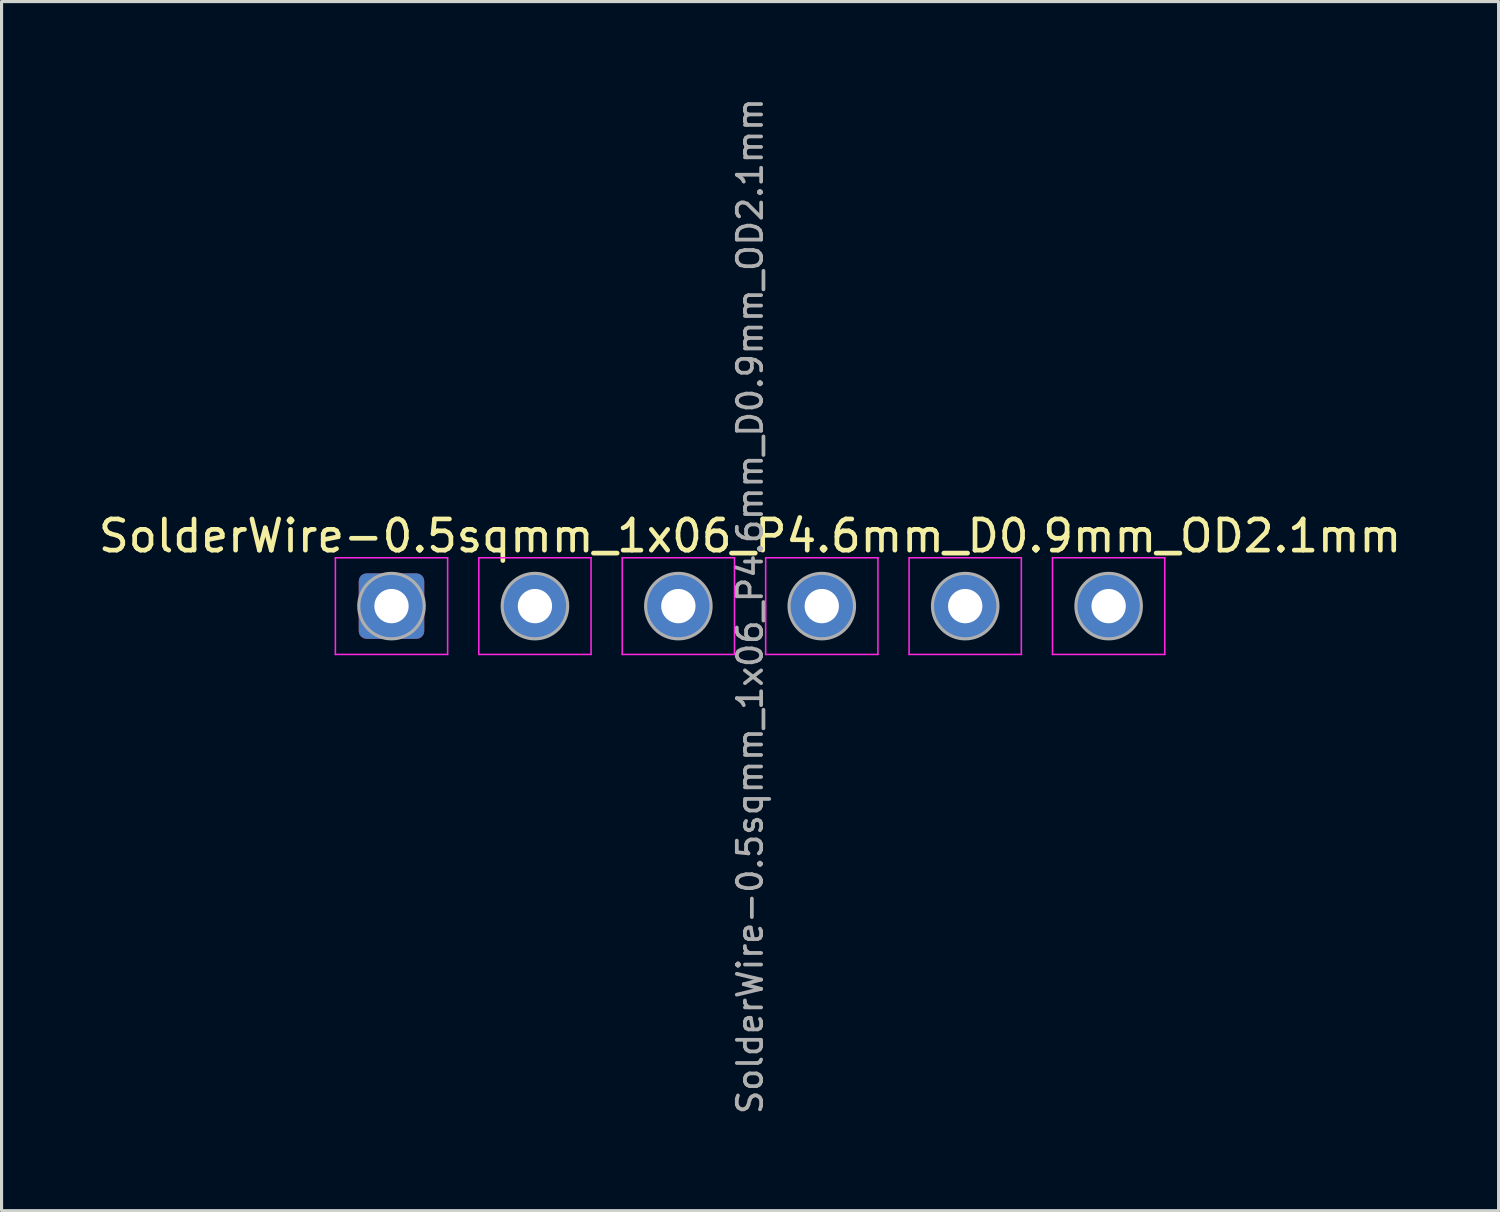
<source format=kicad_pcb>
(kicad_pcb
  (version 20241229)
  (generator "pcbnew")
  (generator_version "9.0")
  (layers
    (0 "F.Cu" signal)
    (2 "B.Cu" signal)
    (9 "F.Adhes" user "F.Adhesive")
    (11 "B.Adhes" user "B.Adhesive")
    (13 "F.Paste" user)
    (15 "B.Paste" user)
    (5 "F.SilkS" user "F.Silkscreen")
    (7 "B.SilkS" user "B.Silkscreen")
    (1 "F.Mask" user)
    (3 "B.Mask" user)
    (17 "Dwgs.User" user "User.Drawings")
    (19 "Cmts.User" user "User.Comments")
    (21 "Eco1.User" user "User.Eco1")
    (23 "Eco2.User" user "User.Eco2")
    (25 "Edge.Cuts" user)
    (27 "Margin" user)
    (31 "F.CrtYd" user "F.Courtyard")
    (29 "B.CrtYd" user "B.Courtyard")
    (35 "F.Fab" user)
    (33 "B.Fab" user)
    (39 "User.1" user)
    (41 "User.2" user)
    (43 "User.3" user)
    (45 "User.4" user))
  (footprint "SolderWire-0.5sqmm_1x06_P4.6mm_D0.9mm_OD2.1mm"
    (layer "F.Cu")
    (at 9.506 16.389)
    (property "Reference" "SolderWire-0.5sqmm_1x06_P4.6mm_D0.9mm_OD2.1mm" (at 11.5 -2.25 0) (layer "F.SilkS") (effects (font (size 1 1) (thickness 0.15))))
    (attr exclude_from_pos_files exclude_from_bom)
    (fp_line (start -1.8 -1.55) (end -1.8 1.55) (stroke (width 0.05) (type solid)) (layer "F.CrtYd"))
    (fp_line (start -1.8 1.55) (end 1.8 1.55) (stroke (width 0.05) (type solid)) (layer "F.CrtYd"))
    (fp_line (start 1.8 -1.55) (end -1.8 -1.55) (stroke (width 0.05) (type solid)) (layer "F.CrtYd"))
    (fp_line (start 1.8 1.55) (end 1.8 -1.55) (stroke (width 0.05) (type solid)) (layer "F.CrtYd"))
    (fp_line (start 2.8 -1.55) (end 2.8 1.55) (stroke (width 0.05) (type solid)) (layer "F.CrtYd"))
    (fp_line (start 2.8 1.55) (end 6.4 1.55) (stroke (width 0.05) (type solid)) (layer "F.CrtYd"))
    (fp_line (start 6.4 -1.55) (end 2.8 -1.55) (stroke (width 0.05) (type solid)) (layer "F.CrtYd"))
    (fp_line (start 6.4 1.55) (end 6.4 -1.55) (stroke (width 0.05) (type solid)) (layer "F.CrtYd"))
    (fp_line (start 7.4 -1.55) (end 7.4 1.55) (stroke (width 0.05) (type solid)) (layer "F.CrtYd"))
    (fp_line (start 7.4 1.55) (end 11 1.55) (stroke (width 0.05) (type solid)) (layer "F.CrtYd"))
    (fp_line (start 11 -1.55) (end 7.4 -1.55) (stroke (width 0.05) (type solid)) (layer "F.CrtYd"))
    (fp_line (start 11 1.55) (end 11 -1.55) (stroke (width 0.05) (type solid)) (layer "F.CrtYd"))
    (fp_line (start 12 -1.55) (end 12 1.55) (stroke (width 0.05) (type solid)) (layer "F.CrtYd"))
    (fp_line (start 12 1.55) (end 15.6 1.55) (stroke (width 0.05) (type solid)) (layer "F.CrtYd"))
    (fp_line (start 15.6 -1.55) (end 12 -1.55) (stroke (width 0.05) (type solid)) (layer "F.CrtYd"))
    (fp_line (start 15.6 1.55) (end 15.6 -1.55) (stroke (width 0.05) (type solid)) (layer "F.CrtYd"))
    (fp_line (start 16.6 -1.55) (end 16.6 1.55) (stroke (width 0.05) (type solid)) (layer "F.CrtYd"))
    (fp_line (start 16.6 1.55) (end 20.2 1.55) (stroke (width 0.05) (type solid)) (layer "F.CrtYd"))
    (fp_line (start 20.2 -1.55) (end 16.6 -1.55) (stroke (width 0.05) (type solid)) (layer "F.CrtYd"))
    (fp_line (start 20.2 1.55) (end 20.2 -1.55) (stroke (width 0.05) (type solid)) (layer "F.CrtYd"))
    (fp_line (start 21.2 -1.55) (end 21.2 1.55) (stroke (width 0.05) (type solid)) (layer "F.CrtYd"))
    (fp_line (start 21.2 1.55) (end 24.8 1.55) (stroke (width 0.05) (type solid)) (layer "F.CrtYd"))
    (fp_line (start 24.8 -1.55) (end 21.2 -1.55) (stroke (width 0.05) (type solid)) (layer "F.CrtYd"))
    (fp_line (start 24.8 1.55) (end 24.8 -1.55) (stroke (width 0.05) (type solid)) (layer "F.CrtYd"))
    (fp_circle (center 0 0) (end 1.05 0) (stroke (width 0.1) (type solid)) (fill no) (layer "F.Fab"))
    (fp_circle (center 4.6 0) (end 5.65 0) (stroke (width 0.1) (type solid)) (fill no) (layer "F.Fab"))
    (fp_circle (center 9.2 0) (end 10.25 0) (stroke (width 0.1) (type solid)) (fill no) (layer "F.Fab"))
    (fp_circle (center 13.8 0) (end 14.85 0) (stroke (width 0.1) (type solid)) (fill no) (layer "F.Fab"))
    (fp_circle (center 18.4 0) (end 19.45 0) (stroke (width 0.1) (type solid)) (fill no) (layer "F.Fab"))
    (fp_circle (center 23 0) (end 24.05 0) (stroke (width 0.1) (type solid)) (fill no) (layer "F.Fab"))
    (fp_text user "${REFERENCE}" (at 11.5 0 90) (layer "F.Fab") (effects (font (size 0.78 0.78) (thickness 0.12))))
    (pad "1" thru_hole roundrect (at 0 0) (size 2.1 2.1) (drill 1.1) (layers "*.Cu" "*.Mask") (roundrect_rratio 0.119))
    (pad "2" thru_hole circle (at 4.6 0) (size 2.1 2.1) (drill 1.1) (layers "*.Cu" "*.Mask"))
    (pad "3" thru_hole circle (at 9.2 0) (size 2.1 2.1) (drill 1.1) (layers "*.Cu" "*.Mask"))
    (pad "4" thru_hole circle (at 13.8 0) (size 2.1 2.1) (drill 1.1) (layers "*.Cu" "*.Mask"))
    (pad "5" thru_hole circle (at 18.4 0) (size 2.1 2.1) (drill 1.1) (layers "*.Cu" "*.Mask"))
    (pad "6" thru_hole circle (at 23 0) (size 2.1 2.1) (drill 1.1) (layers "*.Cu" "*.Mask")))
  (gr_rect
    (start -3 -3)
    (end 45.012 35.778)
    (stroke (width 0.1) (type default))
    (fill no)
    (layer "Edge.Cuts")))
</source>
